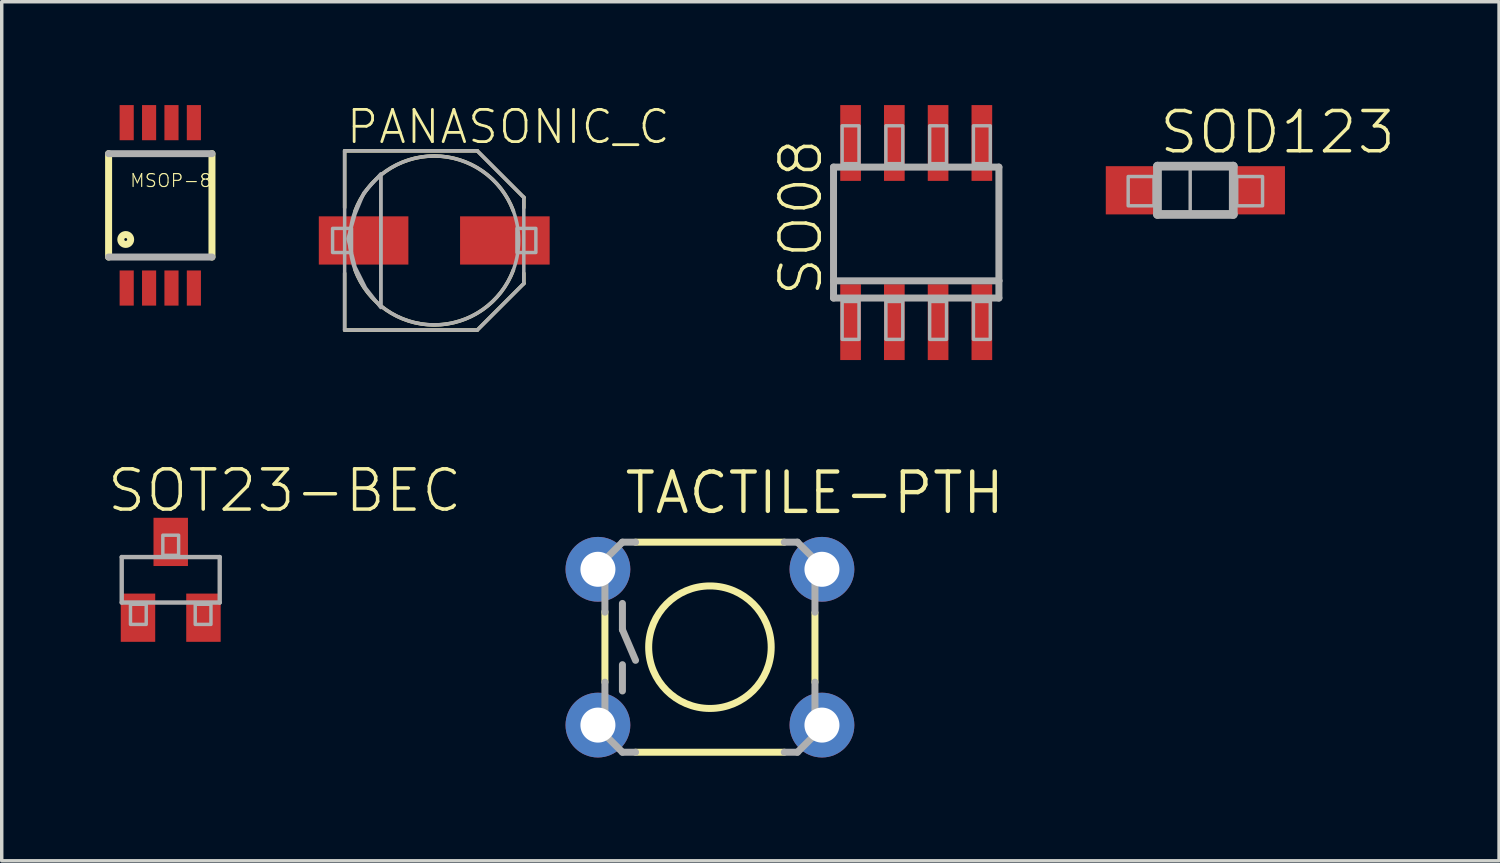
<source format=kicad_pcb>
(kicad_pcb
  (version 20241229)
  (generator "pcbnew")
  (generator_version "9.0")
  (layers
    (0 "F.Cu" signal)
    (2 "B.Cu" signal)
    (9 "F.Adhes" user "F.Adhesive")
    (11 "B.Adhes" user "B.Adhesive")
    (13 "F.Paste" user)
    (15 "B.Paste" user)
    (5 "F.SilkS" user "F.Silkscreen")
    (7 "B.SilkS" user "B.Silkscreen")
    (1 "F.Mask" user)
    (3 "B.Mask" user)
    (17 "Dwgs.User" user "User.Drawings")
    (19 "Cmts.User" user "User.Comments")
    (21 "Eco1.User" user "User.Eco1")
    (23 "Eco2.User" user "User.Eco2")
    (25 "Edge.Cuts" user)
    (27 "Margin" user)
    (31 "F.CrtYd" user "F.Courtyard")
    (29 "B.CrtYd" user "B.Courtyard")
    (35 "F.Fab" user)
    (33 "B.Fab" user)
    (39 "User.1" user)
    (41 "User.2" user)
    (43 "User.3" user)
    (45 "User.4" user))
  (footprint "MSOP-8"
    (layer "F.Cu")
    (at 1.602 2.91)
    (property "Reference" "MSOP-8" (at -0.9 -0.5 0) (layer "F.SilkS") (effects (font (size 0.374 0.374) (thickness 0.033)) (justify left bottom)))
    (fp_line (start -1.5 -1.5) (end -1.5 1.5) (stroke (width 0.203) (type solid)) (layer "F.SilkS"))
    (fp_line (start 1.5 1.5) (end 1.5 -1.5) (stroke (width 0.203) (type solid)) (layer "F.SilkS"))
    (fp_circle (center -1.003 0.991) (end -0.86 0.991) (stroke (width 0.203) (type solid)) (fill no) (layer "F.SilkS"))
    (fp_line (start -1.5 1.5) (end 1.5 1.5) (stroke (width 0.203) (type solid)) (layer "F.Fab"))
    (fp_line (start 1.5 -1.5) (end -1.5 -1.5) (stroke (width 0.203) (type solid)) (layer "F.Fab"))
    (pad "1" smd rect (at -0.975 2.4) (size 0.41 1.02) (layers "F.Cu" "F.Mask" "F.Paste"))
    (pad "2" smd rect (at -0.325 2.4) (size 0.41 1.02) (layers "F.Cu" "F.Mask" "F.Paste"))
    (pad "3" smd rect (at 0.325 2.4) (size 0.41 1.02) (layers "F.Cu" "F.Mask" "F.Paste"))
    (pad "4" smd rect (at 0.975 2.4) (size 0.41 1.02) (layers "F.Cu" "F.Mask" "F.Paste"))
    (pad "5" smd rect (at 0.975 -2.4) (size 0.41 1.02) (layers "F.Cu" "F.Mask" "F.Paste"))
    (pad "6" smd rect (at 0.325 -2.4) (size 0.41 1.02) (layers "F.Cu" "F.Mask" "F.Paste"))
    (pad "7" smd rect (at -0.325 -2.4) (size 0.41 1.02) (layers "F.Cu" "F.Mask" "F.Paste"))
    (pad "8" smd rect (at -0.975 -2.4) (size 0.41 1.02) (layers "F.Cu" "F.Mask" "F.Paste")))
  (footprint "SOD123"
    (layer "F.Cu")
    (at 31.644 2.473)
    (property "Reference" "SOD123" (at -1.1 -1 0) (layer "F.SilkS") (effects (font (size 1.168 1.168) (thickness 0.102)) (justify left bottom)))
    (fp_line (start -1.1 -0.7) (end 1.1 -0.7) (stroke (width 0.254) (type solid)) (layer "F.Fab"))
    (fp_line (start -1.1 0.7) (end -1.1 -0.7) (stroke (width 0.254) (type solid)) (layer "F.Fab"))
    (fp_line (start 1.1 -0.7) (end 1.1 0.7) (stroke (width 0.254) (type solid)) (layer "F.Fab"))
    (fp_line (start 1.1 0.7) (end -1.1 0.7) (stroke (width 0.254) (type solid)) (layer "F.Fab"))
    (fp_poly (pts (xy -1.95 0.45) (xy -1.2 0.45) (xy -1.2 -0.4) (xy -1.95 -0.4)) (stroke (width 0.1) (type default)) (fill no) (layer "F.Fab"))
    (fp_poly (pts (xy -1.05 0.65) (xy -0.15 0.65) (xy -0.15 -0.7) (xy -1.05 -0.7)) (stroke (width 0.1) (type default)) (fill no) (layer "F.Fab"))
    (fp_poly (pts (xy 1.2 0.45) (xy 1.95 0.45) (xy 1.95 -0.4) (xy 1.2 -0.4)) (stroke (width 0.1) (type default)) (fill no) (layer "F.Fab"))
    (pad "A" smd rect (at 1.9 0) (size 1.4 1.4) (layers "F.Cu" "F.Mask" "F.Paste"))
    (pad "C" smd rect (at -1.9 0) (size 1.4 1.4) (layers "F.Cu" "F.Mask" "F.Paste")))
  (footprint "SOT23-BEC"
    (layer "F.Cu")
    (at 1.905 13.778)
    (property "Reference" "SOT23-BEC" (at -1.905 -1.905 0) (layer "F.SilkS") (effects (font (size 1.168 1.168) (thickness 0.102)) (justify left bottom)))
    (fp_line (start -1.422 -0.66) (end 1.422 -0.66) (stroke (width 0.127) (type solid)) (layer "F.Fab"))
    (fp_line (start -1.422 0.66) (end -1.422 -0.66) (stroke (width 0.127) (type solid)) (layer "F.Fab"))
    (fp_line (start 1.422 -0.66) (end 1.422 0.66) (stroke (width 0.127) (type solid)) (layer "F.Fab"))
    (fp_line (start 1.422 0.66) (end -1.422 0.66) (stroke (width 0.127) (type solid)) (layer "F.Fab"))
    (fp_poly (pts (xy -1.168 1.295) (xy -0.711 1.295) (xy -0.711 0.711) (xy -1.168 0.711)) (stroke (width 0.1) (type default)) (fill no) (layer "F.Fab"))
    (fp_poly (pts (xy -0.229 -0.711) (xy 0.229 -0.711) (xy 0.229 -1.295) (xy -0.229 -1.295)) (stroke (width 0.1) (type default)) (fill no) (layer "F.Fab"))
    (fp_poly (pts (xy 0.711 1.295) (xy 1.168 1.295) (xy 1.168 0.711) (xy 0.711 0.711)) (stroke (width 0.1) (type default)) (fill no) (layer "F.Fab"))
    (pad "B" smd rect (at -0.95 1.1) (size 1 1.4) (layers "F.Cu" "F.Mask" "F.Paste"))
    (pad "C" smd rect (at 0 -1.1) (size 1 1.4) (layers "F.Cu" "F.Mask" "F.Paste"))
    (pad "E" smd rect (at 0.95 1.1) (size 1 1.4) (layers "F.Cu" "F.Mask" "F.Paste")))
  (footprint "TACTILE-PTH"
    (layer "F.Cu")
    (at 17.555 15.734)
    (property "Reference" "TACTILE-PTH" (at -2.54 -3.81 0) (layer "F.SilkS") (effects (font (size 1.143 1.143) (thickness 0.127)) (justify left bottom)))
    (fp_line (start -3.048 -1.028) (end -3.048 1.016) (stroke (width 0.203) (type solid)) (layer "F.SilkS"))
    (fp_line (start -2.159 3.048) (end 2.159 3.048) (stroke (width 0.203) (type solid)) (layer "F.SilkS"))
    (fp_line (start 2.159 -3.048) (end -2.159 -3.048) (stroke (width 0.203) (type solid)) (layer "F.SilkS"))
    (fp_line (start 3.048 -0.998) (end 3.048 1.016) (stroke (width 0.203) (type solid)) (layer "F.SilkS"))
    (fp_circle (center 0 0) (end 1.778 0) (stroke (width 0.203) (type solid)) (fill no) (layer "F.SilkS"))
    (fp_line (start -3.048 -2.54) (end -3.048 -1.016) (stroke (width 0.203) (type solid)) (layer "F.Fab"))
    (fp_line (start -3.048 2.54) (end -3.048 1.016) (stroke (width 0.203) (type solid)) (layer "F.Fab"))
    (fp_line (start -2.54 -3.048) (end -3.048 -2.54) (stroke (width 0.203) (type solid)) (layer "F.Fab"))
    (fp_line (start -2.54 -3.048) (end -2.159 -3.048) (stroke (width 0.203) (type solid)) (layer "F.Fab"))
    (fp_line (start -2.54 -1.27) (end -2.54 -0.508) (stroke (width 0.203) (type solid)) (layer "F.Fab"))
    (fp_line (start -2.54 -0.508) (end -2.159 0.381) (stroke (width 0.203) (type solid)) (layer "F.Fab"))
    (fp_line (start -2.54 0.508) (end -2.54 1.27) (stroke (width 0.203) (type solid)) (layer "F.Fab"))
    (fp_line (start -2.54 3.048) (end -3.048 2.54) (stroke (width 0.203) (type solid)) (layer "F.Fab"))
    (fp_line (start -2.54 3.048) (end -2.159 3.048) (stroke (width 0.203) (type solid)) (layer "F.Fab"))
    (fp_line (start 2.54 -3.048) (end 2.159 -3.048) (stroke (width 0.203) (type solid)) (layer "F.Fab"))
    (fp_line (start 2.54 3.048) (end 2.159 3.048) (stroke (width 0.203) (type solid)) (layer "F.Fab"))
    (fp_line (start 2.54 3.048) (end 3.048 2.54) (stroke (width 0.203) (type solid)) (layer "F.Fab"))
    (fp_line (start 3.048 -2.54) (end 2.54 -3.048) (stroke (width 0.203) (type solid)) (layer "F.Fab"))
    (fp_line (start 3.048 -1.016) (end 3.048 -2.54) (stroke (width 0.203) (type solid)) (layer "F.Fab"))
    (fp_line (start 3.048 2.54) (end 3.048 1.016) (stroke (width 0.203) (type solid)) (layer "F.Fab"))
    (pad "1" thru_hole circle (at -3.251 -2.261) (size 1.88 1.88) (drill 1.016) (layers "*.Cu" "*.Mask"))
    (pad "2" thru_hole circle (at 3.251 -2.261) (size 1.88 1.88) (drill 1.016) (layers "*.Cu" "*.Mask"))
    (pad "3" thru_hole circle (at -3.251 2.261) (size 1.88 1.88) (drill 1.016) (layers "*.Cu" "*.Mask"))
    (pad "4" thru_hole circle (at 3.251 2.261) (size 1.88 1.88) (drill 1.016) (layers "*.Cu" "*.Mask")))
  (footprint "SO08"
    (layer "F.Cu")
    (at 23.542 3.7)
    (property "Reference" "SO08" (at -2.667 1.905 90) (layer "F.SilkS") (effects (font (size 1.168 1.168) (thickness 0.102)) (justify left bottom)))
    (fp_line (start -2.4 -1.9) (end 2.4 -1.9) (stroke (width 0.203) (type solid)) (layer "F.Fab"))
    (fp_line (start -2.4 1.4) (end -2.4 -1.9) (stroke (width 0.203) (type solid)) (layer "F.Fab"))
    (fp_line (start -2.4 1.9) (end -2.4 1.4) (stroke (width 0.203) (type solid)) (layer "F.Fab"))
    (fp_line (start 2.4 -1.9) (end 2.4 1.4) (stroke (width 0.203) (type solid)) (layer "F.Fab"))
    (fp_line (start 2.4 1.4) (end -2.4 1.4) (stroke (width 0.203) (type solid)) (layer "F.Fab"))
    (fp_line (start 2.4 1.4) (end 2.4 1.9) (stroke (width 0.203) (type solid)) (layer "F.Fab"))
    (fp_line (start 2.4 1.9) (end -2.4 1.9) (stroke (width 0.203) (type solid)) (layer "F.Fab"))
    (fp_poly (pts (xy -2.15 -2) (xy -1.66 -2) (xy -1.66 -3.1) (xy -2.15 -3.1)) (stroke (width 0.1) (type default)) (fill no) (layer "F.Fab"))
    (fp_poly (pts (xy -2.15 3.1) (xy -1.66 3.1) (xy -1.66 2) (xy -2.15 2)) (stroke (width 0.1) (type default)) (fill no) (layer "F.Fab"))
    (fp_poly (pts (xy -0.88 -2) (xy -0.39 -2) (xy -0.39 -3.1) (xy -0.88 -3.1)) (stroke (width 0.1) (type default)) (fill no) (layer "F.Fab"))
    (fp_poly (pts (xy -0.88 3.1) (xy -0.39 3.1) (xy -0.39 2) (xy -0.88 2)) (stroke (width 0.1) (type default)) (fill no) (layer "F.Fab"))
    (fp_poly (pts (xy 0.39 -2) (xy 0.88 -2) (xy 0.88 -3.1) (xy 0.39 -3.1)) (stroke (width 0.1) (type default)) (fill no) (layer "F.Fab"))
    (fp_poly (pts (xy 0.39 3.1) (xy 0.88 3.1) (xy 0.88 2) (xy 0.39 2)) (stroke (width 0.1) (type default)) (fill no) (layer "F.Fab"))
    (fp_poly (pts (xy 1.66 -2) (xy 2.15 -2) (xy 2.15 -3.1) (xy 1.66 -3.1)) (stroke (width 0.1) (type default)) (fill no) (layer "F.Fab"))
    (fp_poly (pts (xy 1.66 3.1) (xy 2.15 3.1) (xy 2.15 2) (xy 1.66 2)) (stroke (width 0.1) (type default)) (fill no) (layer "F.Fab"))
    (pad "1" smd rect (at -1.905 2.6) (size 0.6 2.2) (layers "F.Cu" "F.Mask" "F.Paste"))
    (pad "2" smd rect (at -0.635 2.6) (size 0.6 2.2) (layers "F.Cu" "F.Mask" "F.Paste"))
    (pad "3" smd rect (at 0.635 2.6) (size 0.6 2.2) (layers "F.Cu" "F.Mask" "F.Paste"))
    (pad "4" smd rect (at 1.905 2.6) (size 0.6 2.2) (layers "F.Cu" "F.Mask" "F.Paste"))
    (pad "5" smd rect (at 1.905 -2.6) (size 0.6 2.2) (layers "F.Cu" "F.Mask" "F.Paste"))
    (pad "6" smd rect (at 0.635 -2.6) (size 0.6 2.2) (layers "F.Cu" "F.Mask" "F.Paste"))
    (pad "7" smd rect (at -0.635 -2.6) (size 0.6 2.2) (layers "F.Cu" "F.Mask" "F.Paste"))
    (pad "8" smd rect (at -1.905 -2.6) (size 0.6 2.2) (layers "F.Cu" "F.Mask" "F.Paste")))
  (footprint "PANASONIC_C"
    (layer "F.Cu")
    (at 9.553 3.929)
    (property "Reference" "PANASONIC_C" (at -2.6 -2.75 0) (layer "F.SilkS") (effects (font (size 0.935 0.935) (thickness 0.081)) (justify left bottom)))
    (fp_line (start -2.6 -2.6) (end 1.25 -2.6) (stroke (width 0.102) (type solid)) (layer "F.SilkS"))
    (fp_line (start -2.6 -0.95) (end -2.6 -2.6) (stroke (width 0.102) (type solid)) (layer "F.SilkS"))
    (fp_line (start -2.6 2.6) (end -2.6 0.95) (stroke (width 0.102) (type solid)) (layer "F.SilkS"))
    (fp_line (start 1.25 -2.6) (end 2.6 -1.25) (stroke (width 0.102) (type solid)) (layer "F.SilkS"))
    (fp_line (start 1.25 2.6) (end -2.6 2.6) (stroke (width 0.102) (type solid)) (layer "F.SilkS"))
    (fp_line (start 2.6 -1.25) (end 2.6 -0.95) (stroke (width 0.102) (type solid)) (layer "F.SilkS"))
    (fp_line (start 2.6 0.95) (end 2.6 1.25) (stroke (width 0.102) (type solid)) (layer "F.SilkS"))
    (fp_line (start 2.6 1.25) (end 1.25 2.6) (stroke (width 0.102) (type solid)) (layer "F.SilkS"))
    (fp_arc (start -2.3 -0.85) (mid 0 -2.45204) (end 2.3 -0.85) (stroke (width 0.1016) (type solid)) (layer "F.SilkS"))
    (fp_arc (start 2.3 0.85) (mid 0 2.45204) (end -2.3 0.85) (stroke (width 0.1016) (type solid)) (layer "F.SilkS"))
    (fp_line (start -2.6 -2.6) (end 1.25 -2.6) (stroke (width 0.102) (type solid)) (layer "F.Fab"))
    (fp_line (start -2.6 2.6) (end -2.6 -2.6) (stroke (width 0.102) (type solid)) (layer "F.Fab"))
    (fp_line (start -1.55 -1.85) (end -1.55 1.85) (stroke (width 0.102) (type solid)) (layer "F.Fab"))
    (fp_line (start 1.25 -2.6) (end 2.6 -1.25) (stroke (width 0.102) (type solid)) (layer "F.Fab"))
    (fp_line (start 1.25 2.6) (end -2.6 2.6) (stroke (width 0.102) (type solid)) (layer "F.Fab"))
    (fp_line (start 2.6 -1.25) (end 2.6 1.25) (stroke (width 0.102) (type solid)) (layer "F.Fab"))
    (fp_line (start 2.6 1.25) (end 1.25 2.6) (stroke (width 0.102) (type solid)) (layer "F.Fab"))
    (fp_circle (center 0 0) (end 2.45 0) (stroke (width 0.102) (type solid)) (fill no) (layer "F.Fab"))
    (fp_poly (pts (xy -2.95 0.35) (xy -2.4 0.35) (xy -2.4 -0.35) (xy -2.95 -0.35)) (stroke (width 0.1) (type default)) (fill no) (layer "F.Fab"))
    (fp_poly (pts (xy 2.4 0.35) (xy 2.95 0.35) (xy 2.95 -0.35) (xy 2.4 -0.35)) (stroke (width 0.1) (type default)) (fill no) (layer "F.Fab"))
    (fp_poly (pts (xy -1.549 1.948) (xy -1.993 1.377) (xy -2.298 0.768) (xy -2.503 -0.051) (xy -2.298 -0.767) (xy -2.044 -1.377) (xy -1.549 -1.934)) (stroke (width 0.1) (type default)) (fill no) (layer "F.Fab"))
    (pad "+" smd rect (at 2.05 0) (size 2.6 1.4) (layers "F.Cu" "F.Mask" "F.Paste"))
    (pad "-" smd rect (at -2.05 0) (size 2.6 1.4) (layers "F.Cu" "F.Mask" "F.Paste")))
  (gr_rect
    (start -3 -3)
    (end 40.458 21.934)
    (stroke (width 0.1) (type default))
    (fill no)
    (layer "Edge.Cuts")))
</source>
